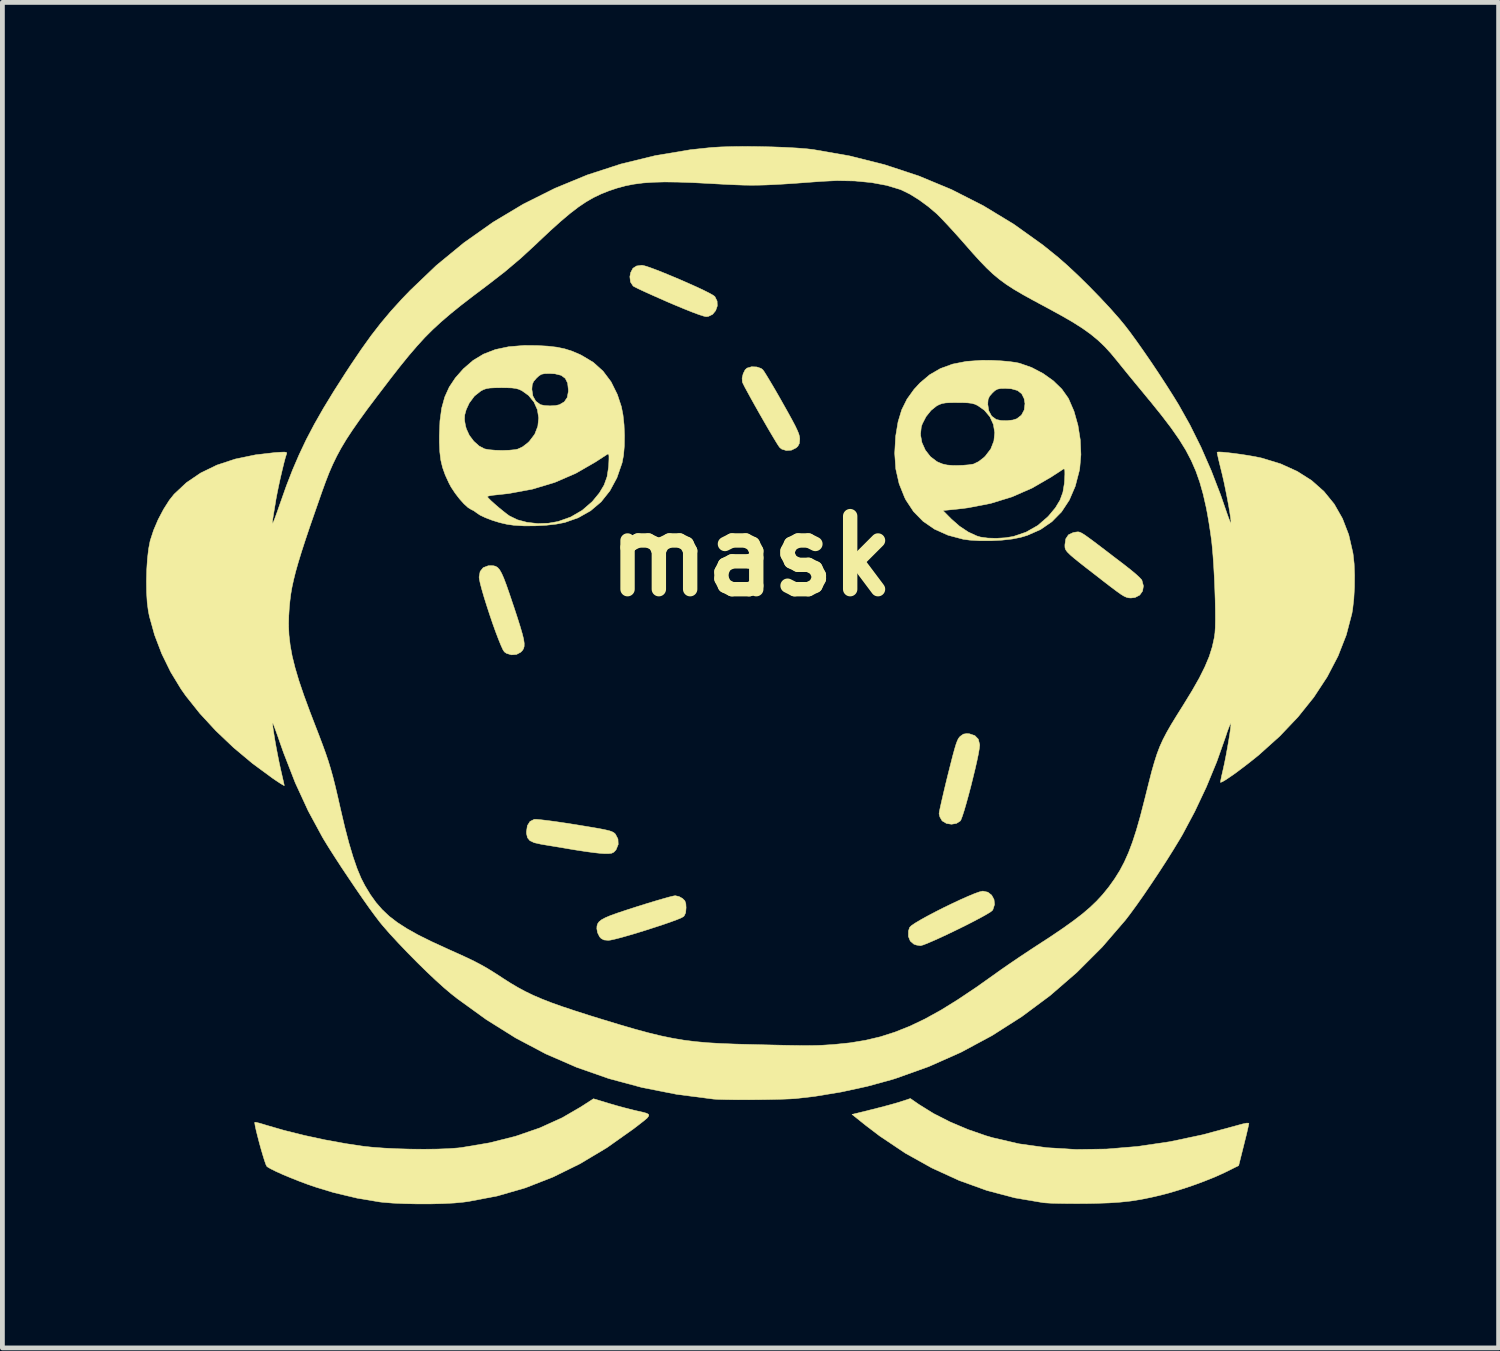
<source format=kicad_pcb>
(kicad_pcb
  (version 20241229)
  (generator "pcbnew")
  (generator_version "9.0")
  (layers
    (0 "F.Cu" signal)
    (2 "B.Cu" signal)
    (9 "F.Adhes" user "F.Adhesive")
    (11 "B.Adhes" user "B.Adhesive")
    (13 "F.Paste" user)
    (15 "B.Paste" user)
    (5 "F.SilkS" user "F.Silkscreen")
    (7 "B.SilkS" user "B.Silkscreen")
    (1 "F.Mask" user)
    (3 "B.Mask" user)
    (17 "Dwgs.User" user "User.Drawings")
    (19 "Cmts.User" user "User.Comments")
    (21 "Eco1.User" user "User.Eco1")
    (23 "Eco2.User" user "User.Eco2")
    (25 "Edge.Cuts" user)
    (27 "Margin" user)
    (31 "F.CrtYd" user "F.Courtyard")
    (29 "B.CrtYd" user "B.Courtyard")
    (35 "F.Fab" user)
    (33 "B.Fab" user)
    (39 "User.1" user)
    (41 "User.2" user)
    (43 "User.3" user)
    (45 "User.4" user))
  (footprint "mask"
    (layer "F.Cu")
    (at 12.618 8.552)
    (property "Reference" "mask" (at 0 0 0) (layer "F.SilkS") (effects (font (size 1.524 1.524) (thickness 0.3))))
    (attr through_hole)
    (fp_poly (pts (xy -2.219 -6.056) (xy -2.121 -6.025) (xy -1.991 -5.977) (xy -1.836 -5.916) (xy -1.666 -5.846) (xy -1.488 -5.771) (xy -1.312 -5.694) (xy -1.146 -5.62) (xy -0.998 -5.551) (xy -0.878 -5.491) (xy -0.794 -5.444) (xy -0.755 -5.416) (xy -0.708 -5.321) (xy -0.704 -5.219) (xy -0.738 -5.122) (xy -0.802 -5.044) (xy -0.891 -5.001) (xy -0.937 -4.996) (xy -0.991 -5.008) (xy -1.09 -5.04) (xy -1.227 -5.091) (xy -1.397 -5.159) (xy -1.592 -5.24) (xy -1.722 -5.295) (xy -1.908 -5.377) (xy -2.079 -5.453) (xy -2.227 -5.52) (xy -2.345 -5.575) (xy -2.425 -5.615) (xy -2.46 -5.635) (xy -2.515 -5.719) (xy -2.528 -5.829) (xy -2.511 -5.916) (xy -2.464 -6.005) (xy -2.39 -6.053) (xy -2.278 -6.068) (xy -2.274 -6.068) (xy -2.219 -6.056)) (stroke (width 0.01) (type solid)) (fill yes) (layer "F.SilkS"))
    (fp_poly (pts (xy 4.941 7.011) (xy 5.02 7.073) (xy 5.069 7.163) (xy 5.08 7.267) (xy 5.047 7.371) (xy 5.034 7.392) (xy 4.995 7.423) (xy 4.913 7.473) (xy 4.796 7.538) (xy 4.653 7.614) (xy 4.491 7.697) (xy 4.319 7.782) (xy 4.145 7.866) (xy 3.977 7.945) (xy 3.825 8.014) (xy 3.695 8.07) (xy 3.597 8.109) (xy 3.538 8.126) (xy 3.532 8.126) (xy 3.449 8.113) (xy 3.397 8.095) (xy 3.322 8.03) (xy 3.283 7.934) (xy 3.284 7.821) (xy 3.308 7.746) (xy 3.344 7.71) (xy 3.423 7.656) (xy 3.539 7.587) (xy 3.681 7.508) (xy 3.843 7.423) (xy 4.016 7.335) (xy 4.192 7.25) (xy 4.362 7.17) (xy 4.52 7.1) (xy 4.656 7.043) (xy 4.762 7.005) (xy 4.83 6.989) (xy 4.836 6.988) (xy 4.941 7.011)) (stroke (width 0.01) (type solid)) (fill yes) (layer "F.SilkS"))
    (fp_poly (pts (xy -5.377 0.2) (xy -5.329 0.212) (xy -5.286 0.238) (xy -5.245 0.285) (xy -5.204 0.357) (xy -5.158 0.46) (xy -5.105 0.6) (xy -5.042 0.781) (xy -4.965 1.01) (xy -4.951 1.05) (xy -4.874 1.285) (xy -4.815 1.473) (xy -4.772 1.62) (xy -4.744 1.733) (xy -4.732 1.818) (xy -4.733 1.882) (xy -4.746 1.93) (xy -4.771 1.97) (xy -4.806 2.005) (xy -4.893 2.051) (xy -4.998 2.059) (xy -5.1 2.029) (xy -5.146 1.997) (xy -5.176 1.951) (xy -5.218 1.859) (xy -5.27 1.731) (xy -5.329 1.576) (xy -5.391 1.403) (xy -5.453 1.22) (xy -5.513 1.036) (xy -5.568 0.861) (xy -5.614 0.703) (xy -5.649 0.571) (xy -5.669 0.474) (xy -5.673 0.435) (xy -5.651 0.319) (xy -5.587 0.24) (xy -5.484 0.201) (xy -5.433 0.198) (xy -5.377 0.2)) (stroke (width 0.01) (type solid)) (fill yes) (layer "F.SilkS"))
    (fp_poly (pts (xy -1.503 7.101) (xy -1.429 7.142) (xy -1.381 7.19) (xy -1.36 7.25) (xy -1.355 7.335) (xy -1.364 7.439) (xy -1.395 7.505) (xy -1.41 7.52) (xy -1.456 7.546) (xy -1.548 7.584) (xy -1.676 7.631) (xy -1.831 7.685) (xy -2.005 7.742) (xy -2.188 7.801) (xy -2.372 7.858) (xy -2.547 7.91) (xy -2.705 7.955) (xy -2.837 7.989) (xy -2.933 8.01) (xy -2.978 8.015) (xy -3.068 8.007) (xy -3.127 7.976) (xy -3.159 7.941) (xy -3.201 7.857) (xy -3.217 7.773) (xy -3.214 7.717) (xy -3.2 7.67) (xy -3.17 7.627) (xy -3.119 7.586) (xy -3.041 7.544) (xy -2.93 7.497) (xy -2.782 7.444) (xy -2.589 7.38) (xy -2.375 7.311) (xy -2.18 7.25) (xy -1.999 7.195) (xy -1.841 7.149) (xy -1.713 7.113) (xy -1.623 7.091) (xy -1.581 7.084) (xy -1.503 7.101)) (stroke (width 0.01) (type solid)) (fill yes) (layer "F.SilkS"))
    (fp_poly (pts (xy 0.117 -3.947) (xy 0.21 -3.916) (xy 0.246 -3.888) (xy 0.276 -3.846) (xy 0.328 -3.763) (xy 0.399 -3.645) (xy 0.485 -3.5) (xy 0.58 -3.336) (xy 0.66 -3.194) (xy 0.772 -2.995) (xy 0.858 -2.838) (xy 0.922 -2.717) (xy 0.966 -2.624) (xy 0.995 -2.554) (xy 1.01 -2.499) (xy 1.016 -2.453) (xy 1.016 -2.441) (xy 1.008 -2.352) (xy 0.977 -2.293) (xy 0.942 -2.26) (xy 0.844 -2.211) (xy 0.737 -2.203) (xy 0.64 -2.233) (xy 0.6 -2.265) (xy 0.57 -2.306) (xy 0.518 -2.389) (xy 0.449 -2.504) (xy 0.366 -2.644) (xy 0.276 -2.8) (xy 0.182 -2.964) (xy 0.09 -3.127) (xy 0.004 -3.281) (xy -0.071 -3.418) (xy -0.131 -3.528) (xy -0.169 -3.605) (xy -0.181 -3.634) (xy -0.186 -3.714) (xy -0.164 -3.806) (xy -0.124 -3.886) (xy -0.084 -3.923) (xy 0.011 -3.951) (xy 0.117 -3.947)) (stroke (width 0.01) (type solid)) (fill yes) (layer "F.SilkS"))
    (fp_poly (pts (xy 4.556 3.706) (xy 4.669 3.744) (xy 4.741 3.818) (xy 4.769 3.929) (xy 4.77 3.946) (xy 4.762 4.016) (xy 4.743 4.128) (xy 4.713 4.272) (xy 4.675 4.439) (xy 4.631 4.62) (xy 4.585 4.806) (xy 4.537 4.988) (xy 4.49 5.158) (xy 4.447 5.306) (xy 4.409 5.423) (xy 4.38 5.499) (xy 4.366 5.524) (xy 4.285 5.576) (xy 4.182 5.593) (xy 4.078 5.577) (xy 3.995 5.528) (xy 3.981 5.514) (xy 3.94 5.442) (xy 3.923 5.374) (xy 3.923 5.374) (xy 3.929 5.329) (xy 3.948 5.238) (xy 3.977 5.109) (xy 4.014 4.948) (xy 4.058 4.763) (xy 4.106 4.566) (xy 4.163 4.341) (xy 4.208 4.164) (xy 4.245 4.029) (xy 4.275 3.929) (xy 4.301 3.858) (xy 4.324 3.809) (xy 4.348 3.776) (xy 4.366 3.758) (xy 4.43 3.713) (xy 4.5 3.702) (xy 4.556 3.706)) (stroke (width 0.01) (type solid)) (fill yes) (layer "F.SilkS"))
    (fp_poly (pts (xy -4.475 5.491) (xy -4.38 5.5) (xy -4.245 5.516) (xy -4.079 5.538) (xy -3.889 5.566) (xy -3.683 5.598) (xy -3.669 5.6) (xy -3.439 5.638) (xy -3.259 5.668) (xy -3.121 5.693) (xy -3.02 5.714) (xy -2.947 5.732) (xy -2.898 5.75) (xy -2.864 5.768) (xy -2.84 5.788) (xy -2.829 5.8) (xy -2.776 5.901) (xy -2.771 6.014) (xy -2.814 6.121) (xy -2.824 6.135) (xy -2.863 6.176) (xy -2.908 6.198) (xy -2.977 6.206) (xy -3.057 6.206) (xy -3.145 6.2) (xy -3.274 6.186) (xy -3.431 6.165) (xy -3.602 6.139) (xy -3.711 6.122) (xy -3.886 6.092) (xy -4.058 6.063) (xy -4.212 6.038) (xy -4.333 6.018) (xy -4.385 6.009) (xy -4.523 5.978) (xy -4.613 5.936) (xy -4.664 5.874) (xy -4.684 5.786) (xy -4.685 5.75) (xy -4.666 5.622) (xy -4.611 5.535) (xy -4.523 5.491) (xy -4.475 5.491)) (stroke (width 0.01) (type solid)) (fill yes) (layer "F.SilkS"))
    (fp_poly (pts (xy 6.836 -0.505) (xy 6.864 -0.497) (xy 6.901 -0.479) (xy 6.952 -0.448) (xy 7.02 -0.4) (xy 7.111 -0.334) (xy 7.229 -0.245) (xy 7.378 -0.132) (xy 7.563 0.01) (xy 7.789 0.182) (xy 7.809 0.198) (xy 7.926 0.29) (xy 8.028 0.375) (xy 8.105 0.446) (xy 8.149 0.494) (xy 8.154 0.502) (xy 8.186 0.622) (xy 8.168 0.729) (xy 8.108 0.813) (xy 8.011 0.863) (xy 7.925 0.873) (xy 7.879 0.87) (xy 7.834 0.859) (xy 7.782 0.836) (xy 7.715 0.795) (xy 7.627 0.732) (xy 7.508 0.643) (xy 7.366 0.534) (xy 7.154 0.369) (xy 6.982 0.236) (xy 6.846 0.129) (xy 6.741 0.044) (xy 6.665 -0.021) (xy 6.612 -0.072) (xy 6.578 -0.112) (xy 6.558 -0.146) (xy 6.55 -0.176) (xy 6.548 -0.208) (xy 6.548 -0.237) (xy 6.566 -0.361) (xy 6.622 -0.445) (xy 6.719 -0.491) (xy 6.761 -0.499) (xy 6.789 -0.503) (xy 6.812 -0.506) (xy 6.836 -0.505)) (stroke (width 0.01) (type solid)) (fill yes) (layer "F.SilkS"))
    (fp_poly (pts (xy 3.503 11.439) (xy 3.805 11.627) (xy 4.149 11.802) (xy 4.521 11.96) (xy 4.908 12.094) (xy 5.038 12.132) (xy 5.59 12.26) (xy 6.172 12.341) (xy 6.781 12.378) (xy 7.414 12.369) (xy 8.067 12.315) (xy 8.738 12.216) (xy 9.423 12.071) (xy 10.111 11.885) (xy 10.249 11.847) (xy 10.34 11.828) (xy 10.383 11.83) (xy 10.386 11.835) (xy 10.379 11.872) (xy 10.361 11.954) (xy 10.334 12.07) (xy 10.299 12.21) (xy 10.279 12.291) (xy 10.173 12.714) (xy 9.877 12.861) (xy 9.683 12.949) (xy 9.451 13.042) (xy 9.197 13.135) (xy 8.939 13.22) (xy 8.693 13.293) (xy 8.588 13.32) (xy 8.348 13.377) (xy 8.13 13.421) (xy 7.92 13.454) (xy 7.705 13.477) (xy 7.47 13.493) (xy 7.201 13.502) (xy 6.999 13.506) (xy 6.793 13.507) (xy 6.593 13.506) (xy 6.41 13.503) (xy 6.255 13.499) (xy 6.139 13.492) (xy 6.096 13.488) (xy 5.506 13.388) (xy 4.919 13.233) (xy 4.34 13.024) (xy 3.772 12.764) (xy 3.218 12.455) (xy 2.684 12.097) (xy 2.396 11.878) (xy 2.107 11.647) (xy 2.529 11.543) (xy 2.694 11.501) (xy 2.857 11.458) (xy 3.001 11.418) (xy 3.112 11.385) (xy 3.138 11.376) (xy 3.324 11.315) (xy 3.503 11.439)) (stroke (width 0.01) (type solid)) (fill yes) (layer "F.SilkS"))
    (fp_poly (pts (xy -2.976 11.414) (xy -2.812 11.462) (xy -2.628 11.512) (xy -2.455 11.556) (xy -2.378 11.574) (xy -2.261 11.6) (xy -2.181 11.622) (xy -2.138 11.645) (xy -2.133 11.676) (xy -2.167 11.722) (xy -2.243 11.786) (xy -2.36 11.877) (xy -2.454 11.949) (xy -3.006 12.34) (xy -3.566 12.675) (xy -4.133 12.954) (xy -4.709 13.179) (xy -5.293 13.348) (xy -5.886 13.461) (xy -5.992 13.476) (xy -6.188 13.495) (xy -6.425 13.507) (xy -6.688 13.514) (xy -6.961 13.514) (xy -7.23 13.508) (xy -7.478 13.497) (xy -7.692 13.479) (xy -7.745 13.473) (xy -8.221 13.393) (xy -8.711 13.276) (xy -9.073 13.166) (xy -9.246 13.107) (xy -9.425 13.04) (xy -9.601 12.97) (xy -9.765 12.902) (xy -9.907 12.838) (xy -10.018 12.783) (xy -10.088 12.742) (xy -10.102 12.73) (xy -10.121 12.692) (xy -10.149 12.613) (xy -10.183 12.503) (xy -10.221 12.374) (xy -10.259 12.237) (xy -10.294 12.102) (xy -10.324 11.981) (xy -10.345 11.885) (xy -10.354 11.825) (xy -10.352 11.81) (xy -10.322 11.813) (xy -10.252 11.83) (xy -10.154 11.859) (xy -10.116 11.871) (xy -9.743 11.979) (xy -9.331 12.082) (xy -8.896 12.176) (xy -8.455 12.256) (xy -8.1 12.31) (xy -7.892 12.332) (xy -7.647 12.35) (xy -7.378 12.363) (xy -7.098 12.371) (xy -6.818 12.373) (xy -6.552 12.37) (xy -6.311 12.361) (xy -6.109 12.346) (xy -6.04 12.338) (xy -5.458 12.24) (xy -4.913 12.103) (xy -4.406 11.928) (xy -3.939 11.716) (xy -3.55 11.49) (xy -3.287 11.32) (xy -2.976 11.414)) (stroke (width 0.01) (type solid)) (fill yes) (layer "F.SilkS"))
    (fp_poly (pts (xy 5.038 -4.084) (xy 5.221 -4.074) (xy 5.388 -4.059) (xy 5.526 -4.04) (xy 5.602 -4.024) (xy 5.855 -3.935) (xy 6.093 -3.81) (xy 6.306 -3.658) (xy 6.484 -3.485) (xy 6.616 -3.299) (xy 6.626 -3.281) (xy 6.738 -3.022) (xy 6.82 -2.73) (xy 6.869 -2.423) (xy 6.882 -2.117) (xy 6.857 -1.829) (xy 6.85 -1.788) (xy 6.764 -1.458) (xy 6.64 -1.17) (xy 6.478 -0.924) (xy 6.277 -0.719) (xy 6.039 -0.555) (xy 5.762 -0.433) (xy 5.625 -0.392) (xy 5.448 -0.357) (xy 5.234 -0.333) (xy 5.003 -0.321) (xy 4.772 -0.321) (xy 4.561 -0.334) (xy 4.424 -0.353) (xy 4.108 -0.437) (xy 3.829 -0.562) (xy 3.589 -0.727) (xy 3.389 -0.931) (xy 3.376 -0.951) (xy 4.004 -0.951) (xy 4.18 -0.773) (xy 4.35 -0.624) (xy 4.532 -0.503) (xy 4.71 -0.421) (xy 4.787 -0.398) (xy 4.938 -0.377) (xy 5.118 -0.372) (xy 5.304 -0.383) (xy 5.47 -0.41) (xy 5.472 -0.41) (xy 5.738 -0.501) (xy 5.981 -0.639) (xy 6.191 -0.821) (xy 6.21 -0.841) (xy 6.35 -1.009) (xy 6.446 -1.168) (xy 6.506 -1.333) (xy 6.537 -1.519) (xy 6.542 -1.591) (xy 6.547 -1.711) (xy 6.546 -1.783) (xy 6.538 -1.817) (xy 6.521 -1.82) (xy 6.516 -1.817) (xy 6.476 -1.791) (xy 6.402 -1.742) (xy 6.307 -1.681) (xy 6.265 -1.653) (xy 5.865 -1.421) (xy 5.445 -1.237) (xy 4.999 -1.1) (xy 4.524 -1.008) (xy 4.311 -0.982) (xy 4.004 -0.951) (xy 3.376 -0.951) (xy 3.229 -1.174) (xy 3.205 -1.222) (xy 3.089 -1.512) (xy 3.02 -1.818) (xy 2.997 -2.146) (xy 3.017 -2.503) (xy 3.018 -2.51) (xy 3.023 -2.536) (xy 3.535 -2.536) (xy 3.565 -2.37) (xy 3.636 -2.212) (xy 3.742 -2.076) (xy 3.875 -1.974) (xy 3.905 -1.959) (xy 3.997 -1.922) (xy 4.09 -1.901) (xy 4.205 -1.892) (xy 4.29 -1.891) (xy 4.417 -1.895) (xy 4.538 -1.905) (xy 4.629 -1.919) (xy 4.643 -1.922) (xy 4.745 -1.971) (xy 4.857 -2.057) (xy 4.886 -2.085) (xy 5.001 -2.235) (xy 5.066 -2.402) (xy 5.084 -2.576) (xy 5.056 -2.747) (xy 4.984 -2.906) (xy 4.868 -3.044) (xy 4.73 -3.141) (xy 4.674 -3.168) (xy 4.939 -3.168) (xy 4.96 -3.03) (xy 5.02 -2.921) (xy 5.114 -2.852) (xy 5.119 -2.85) (xy 5.217 -2.829) (xy 5.34 -2.826) (xy 5.462 -2.84) (xy 5.544 -2.866) (xy 5.641 -2.941) (xy 5.699 -3.05) (xy 5.715 -3.182) (xy 5.698 -3.284) (xy 5.647 -3.387) (xy 5.558 -3.456) (xy 5.428 -3.492) (xy 5.31 -3.499) (xy 5.208 -3.497) (xy 5.142 -3.484) (xy 5.09 -3.455) (xy 5.035 -3.404) (xy 4.975 -3.335) (xy 4.946 -3.27) (xy 4.939 -3.181) (xy 4.939 -3.168) (xy 4.674 -3.168) (xy 4.669 -3.17) (xy 4.604 -3.188) (xy 4.521 -3.198) (xy 4.405 -3.203) (xy 4.304 -3.203) (xy 4.162 -3.202) (xy 4.062 -3.197) (xy 3.99 -3.185) (xy 3.931 -3.164) (xy 3.872 -3.134) (xy 3.755 -3.04) (xy 3.65 -2.909) (xy 3.573 -2.759) (xy 3.552 -2.697) (xy 3.535 -2.536) (xy 3.023 -2.536) (xy 3.067 -2.801) (xy 3.143 -3.052) (xy 3.253 -3.274) (xy 3.401 -3.48) (xy 3.526 -3.615) (xy 3.725 -3.783) (xy 3.949 -3.913) (xy 4.204 -4.006) (xy 4.494 -4.063) (xy 4.822 -4.086) (xy 5.038 -4.084)) (stroke (width 0.01) (type solid)) (fill yes) (layer "F.SilkS"))
    (fp_poly (pts (xy -4.473 -4.394) (xy -4.241 -4.381) (xy -4.05 -4.359) (xy -3.884 -4.324) (xy -3.728 -4.274) (xy -3.567 -4.205) (xy -3.534 -4.188) (xy -3.29 -4.042) (xy -3.087 -3.859) (xy -2.92 -3.637) (xy -2.789 -3.373) (xy -2.705 -3.119) (xy -2.671 -2.945) (xy -2.649 -2.739) (xy -2.64 -2.519) (xy -2.643 -2.301) (xy -2.66 -2.103) (xy -2.69 -1.947) (xy -2.798 -1.634) (xy -2.945 -1.362) (xy -3.128 -1.132) (xy -3.349 -0.945) (xy -3.607 -0.8) (xy -3.886 -0.702) (xy -4.062 -0.668) (xy -4.275 -0.644) (xy -4.506 -0.632) (xy -4.736 -0.631) (xy -4.947 -0.644) (xy -5.085 -0.663) (xy -5.241 -0.699) (xy -5.397 -0.747) (xy -5.539 -0.801) (xy -5.653 -0.855) (xy -5.721 -0.901) (xy -5.786 -0.948) (xy -5.834 -0.971) (xy -5.902 -1.012) (xy -5.988 -1.09) (xy -6.082 -1.195) (xy -6.119 -1.243) (xy -5.503 -1.243) (xy -5.483 -1.215) (xy -5.429 -1.16) (xy -5.351 -1.09) (xy -5.261 -1.012) (xy -5.169 -0.937) (xy -5.086 -0.872) (xy -5.038 -0.838) (xy -4.873 -0.758) (xy -4.673 -0.705) (xy -4.452 -0.68) (xy -4.227 -0.687) (xy -4.026 -0.722) (xy -3.762 -0.816) (xy -3.523 -0.955) (xy -3.32 -1.131) (xy -3.306 -1.145) (xy -3.163 -1.319) (xy -3.065 -1.484) (xy -3.003 -1.657) (xy -2.973 -1.853) (xy -2.969 -1.901) (xy -2.964 -2.021) (xy -2.964 -2.093) (xy -2.972 -2.127) (xy -2.988 -2.131) (xy -2.994 -2.127) (xy -3.035 -2.101) (xy -3.109 -2.053) (xy -3.204 -1.991) (xy -3.246 -1.964) (xy -3.659 -1.726) (xy -4.097 -1.537) (xy -4.563 -1.397) (xy -5.056 -1.306) (xy -5.285 -1.281) (xy -5.388 -1.27) (xy -5.464 -1.257) (xy -5.502 -1.245) (xy -5.503 -1.243) (xy -6.119 -1.243) (xy -6.175 -1.316) (xy -6.257 -1.44) (xy -6.302 -1.524) (xy -6.38 -1.694) (xy -6.435 -1.848) (xy -6.472 -2.003) (xy -6.493 -2.174) (xy -6.502 -2.376) (xy -6.502 -2.512) (xy -6.49 -2.821) (xy -6.487 -2.841) (xy -5.978 -2.841) (xy -5.957 -2.721) (xy -5.939 -2.655) (xy -5.878 -2.522) (xy -5.784 -2.397) (xy -5.672 -2.297) (xy -5.559 -2.238) (xy -5.464 -2.22) (xy -5.333 -2.209) (xy -5.185 -2.205) (xy -5.041 -2.21) (xy -4.919 -2.222) (xy -4.868 -2.233) (xy -4.765 -2.281) (xy -4.654 -2.367) (xy -4.625 -2.395) (xy -4.512 -2.544) (xy -4.448 -2.71) (xy -4.43 -2.883) (xy -4.457 -3.055) (xy -4.528 -3.214) (xy -4.641 -3.352) (xy -4.779 -3.451) (xy -4.837 -3.478) (xy -4.572 -3.478) (xy -4.551 -3.34) (xy -4.49 -3.232) (xy -4.397 -3.163) (xy -4.392 -3.16) (xy -4.308 -3.142) (xy -4.195 -3.135) (xy -4.083 -3.141) (xy -3.998 -3.159) (xy -3.896 -3.219) (xy -3.835 -3.308) (xy -3.811 -3.434) (xy -3.811 -3.47) (xy -3.826 -3.609) (xy -3.875 -3.708) (xy -3.961 -3.772) (xy -4.091 -3.804) (xy -4.206 -3.81) (xy -4.307 -3.807) (xy -4.372 -3.794) (xy -4.425 -3.761) (xy -4.476 -3.714) (xy -4.536 -3.645) (xy -4.564 -3.581) (xy -4.572 -3.492) (xy -4.572 -3.478) (xy -4.837 -3.478) (xy -4.841 -3.48) (xy -4.905 -3.498) (xy -4.988 -3.509) (xy -5.102 -3.513) (xy -5.207 -3.514) (xy -5.349 -3.512) (xy -5.449 -3.507) (xy -5.521 -3.495) (xy -5.58 -3.475) (xy -5.637 -3.445) (xy -5.77 -3.34) (xy -5.879 -3.193) (xy -5.942 -3.057) (xy -5.973 -2.945) (xy -5.978 -2.841) (xy -6.487 -2.841) (xy -6.454 -3.087) (xy -6.39 -3.319) (xy -6.296 -3.527) (xy -6.168 -3.719) (xy -6.003 -3.906) (xy -5.998 -3.911) (xy -5.8 -4.082) (xy -5.58 -4.215) (xy -5.334 -4.31) (xy -5.055 -4.369) (xy -4.738 -4.395) (xy -4.473 -4.394)) (stroke (width 0.01) (type solid)) (fill yes) (layer "F.SilkS"))
    (fp_poly (pts (xy 0.155 -8.544) (xy 0.436 -8.538) (xy 0.707 -8.528) (xy 0.956 -8.514) (xy 1.17 -8.497) (xy 1.298 -8.482) (xy 2.054 -8.35) (xy 2.787 -8.166) (xy 3.497 -7.932) (xy 4.183 -7.647) (xy 4.844 -7.311) (xy 5.479 -6.926) (xy 6.086 -6.492) (xy 6.406 -6.234) (xy 6.602 -6.062) (xy 6.82 -5.858) (xy 7.048 -5.634) (xy 7.275 -5.401) (xy 7.49 -5.171) (xy 7.68 -4.956) (xy 7.799 -4.812) (xy 7.911 -4.666) (xy 8.045 -4.482) (xy 8.195 -4.269) (xy 8.354 -4.038) (xy 8.515 -3.797) (xy 8.671 -3.557) (xy 8.816 -3.328) (xy 8.918 -3.162) (xy 9.156 -2.738) (xy 9.387 -2.273) (xy 9.602 -1.781) (xy 9.796 -1.278) (xy 9.883 -1.026) (xy 9.927 -0.898) (xy 9.965 -0.792) (xy 9.994 -0.719) (xy 10.009 -0.688) (xy 10.011 -0.688) (xy 10.013 -0.722) (xy 10.004 -0.801) (xy 9.987 -0.916) (xy 9.963 -1.058) (xy 9.933 -1.217) (xy 9.9 -1.384) (xy 9.866 -1.548) (xy 9.831 -1.701) (xy 9.812 -1.778) (xy 9.778 -1.916) (xy 9.75 -2.033) (xy 9.731 -2.119) (xy 9.723 -2.164) (xy 9.724 -2.168) (xy 9.758 -2.173) (xy 9.837 -2.169) (xy 9.949 -2.158) (xy 10.084 -2.142) (xy 10.231 -2.122) (xy 10.378 -2.099) (xy 10.516 -2.075) (xy 10.632 -2.051) (xy 10.662 -2.044) (xy 11.05 -1.925) (xy 11.394 -1.769) (xy 11.695 -1.578) (xy 11.952 -1.35) (xy 12.167 -1.086) (xy 12.339 -0.784) (xy 12.469 -0.447) (xy 12.555 -0.072) (xy 12.56 -0.042) (xy 12.582 0.159) (xy 12.591 0.395) (xy 12.589 0.646) (xy 12.575 0.891) (xy 12.55 1.111) (xy 12.535 1.199) (xy 12.418 1.645) (xy 12.246 2.085) (xy 12.02 2.518) (xy 11.742 2.942) (xy 11.411 3.355) (xy 11.03 3.756) (xy 10.599 4.143) (xy 10.547 4.186) (xy 10.403 4.301) (xy 10.26 4.411) (xy 10.126 4.512) (xy 10.005 4.597) (xy 9.906 4.664) (xy 9.834 4.706) (xy 9.797 4.72) (xy 9.793 4.717) (xy 9.799 4.677) (xy 9.815 4.597) (xy 9.839 4.492) (xy 9.848 4.453) (xy 9.877 4.321) (xy 9.907 4.171) (xy 9.936 4.013) (xy 9.963 3.859) (xy 9.986 3.719) (xy 10.002 3.603) (xy 10.011 3.522) (xy 10.011 3.489) (xy 9.999 3.502) (xy 9.974 3.559) (xy 9.939 3.651) (xy 9.9 3.769) (xy 9.716 4.289) (xy 9.499 4.815) (xy 9.257 5.328) (xy 9.001 5.808) (xy 8.944 5.905) (xy 8.814 6.119) (xy 8.668 6.352) (xy 8.51 6.596) (xy 8.348 6.839) (xy 8.189 7.073) (xy 8.039 7.286) (xy 7.905 7.469) (xy 7.811 7.592) (xy 7.324 8.157) (xy 6.799 8.682) (xy 6.239 9.167) (xy 5.647 9.607) (xy 5.026 10.003) (xy 4.378 10.351) (xy 3.707 10.649) (xy 3.016 10.896) (xy 2.949 10.917) (xy 2.424 11.061) (xy 1.876 11.18) (xy 1.329 11.27) (xy 0.931 11.316) (xy 0.818 11.323) (xy 0.664 11.329) (xy 0.478 11.334) (xy 0.271 11.338) (xy 0.055 11.34) (xy -0.159 11.341) (xy -0.361 11.34) (xy -0.54 11.337) (xy -0.685 11.333) (xy -0.785 11.327) (xy -0.79 11.326) (xy -1.549 11.228) (xy -2.274 11.085) (xy -2.969 10.898) (xy -3.638 10.664) (xy -4.284 10.383) (xy -4.911 10.051) (xy -5.523 9.668) (xy -6.125 9.233) (xy -6.251 9.134) (xy -6.398 9.01) (xy -6.572 8.853) (xy -6.765 8.671) (xy -6.967 8.473) (xy -7.168 8.269) (xy -7.361 8.067) (xy -7.536 7.878) (xy -7.683 7.709) (xy -7.745 7.634) (xy -7.84 7.509) (xy -7.96 7.346) (xy -8.096 7.153) (xy -8.243 6.94) (xy -8.394 6.716) (xy -8.544 6.492) (xy -8.685 6.275) (xy -8.812 6.076) (xy -8.918 5.903) (xy -8.943 5.86) (xy -9.237 5.317) (xy -9.509 4.727) (xy -9.754 4.097) (xy -9.823 3.901) (xy -9.873 3.756) (xy -9.917 3.634) (xy -9.951 3.542) (xy -9.973 3.489) (xy -9.98 3.479) (xy -9.981 3.511) (xy -9.972 3.589) (xy -9.955 3.701) (xy -9.933 3.838) (xy -9.906 3.99) (xy -9.876 4.146) (xy -9.846 4.297) (xy -9.817 4.432) (xy -9.807 4.476) (xy -9.779 4.598) (xy -9.756 4.699) (xy -9.741 4.766) (xy -9.737 4.788) (xy -9.758 4.778) (xy -9.817 4.743) (xy -9.902 4.687) (xy -9.984 4.631) (xy -10.399 4.326) (xy -10.797 3.993) (xy -11.167 3.641) (xy -11.501 3.279) (xy -11.792 2.914) (xy -11.893 2.77) (xy -12.108 2.416) (xy -12.294 2.036) (xy -12.444 1.643) (xy -12.501 1.437) (xy -9.648 1.437) (xy -9.639 1.646) (xy -9.614 1.859) (xy -9.573 2.085) (xy -9.512 2.33) (xy -9.432 2.6) (xy -9.329 2.903) (xy -9.203 3.245) (xy -9.119 3.464) (xy -9.021 3.717) (xy -8.941 3.929) (xy -8.874 4.113) (xy -8.818 4.279) (xy -8.769 4.441) (xy -8.722 4.609) (xy -8.675 4.795) (xy -8.624 5.012) (xy -8.568 5.259) (xy -8.477 5.648) (xy -8.389 5.985) (xy -8.303 6.273) (xy -8.219 6.517) (xy -8.134 6.721) (xy -8.055 6.874) (xy -7.942 7.061) (xy -7.823 7.227) (xy -7.693 7.376) (xy -7.547 7.514) (xy -7.377 7.644) (xy -7.178 7.772) (xy -6.944 7.903) (xy -6.668 8.04) (xy -6.345 8.188) (xy -6.322 8.199) (xy -6.101 8.298) (xy -5.922 8.38) (xy -5.773 8.452) (xy -5.643 8.52) (xy -5.522 8.588) (xy -5.397 8.664) (xy -5.259 8.752) (xy -5.179 8.805) (xy -5.019 8.907) (xy -4.865 8.998) (xy -4.709 9.082) (xy -4.544 9.162) (xy -4.364 9.239) (xy -4.162 9.318) (xy -3.931 9.4) (xy -3.663 9.489) (xy -3.353 9.588) (xy -3.104 9.665) (xy -2.742 9.775) (xy -2.423 9.868) (xy -2.139 9.945) (xy -1.88 10.008) (xy -1.637 10.058) (xy -1.4 10.098) (xy -1.161 10.128) (xy -0.91 10.151) (xy -0.637 10.167) (xy -0.334 10.179) (xy -0.071 10.186) (xy 0.245 10.194) (xy 0.511 10.2) (xy 0.733 10.205) (xy 0.917 10.208) (xy 1.07 10.21) (xy 1.198 10.21) (xy 1.307 10.209) (xy 1.404 10.207) (xy 1.495 10.203) (xy 1.585 10.197) (xy 1.683 10.191) (xy 1.736 10.187) (xy 2.07 10.153) (xy 2.389 10.1) (xy 2.698 10.027) (xy 3.004 9.929) (xy 3.313 9.806) (xy 3.631 9.654) (xy 3.964 9.47) (xy 4.317 9.251) (xy 4.698 8.996) (xy 5.052 8.745) (xy 5.214 8.629) (xy 5.407 8.496) (xy 5.613 8.356) (xy 5.815 8.222) (xy 5.955 8.13) (xy 6.255 7.935) (xy 6.51 7.762) (xy 6.728 7.606) (xy 6.914 7.463) (xy 7.072 7.328) (xy 7.21 7.196) (xy 7.333 7.063) (xy 7.446 6.924) (xy 7.472 6.891) (xy 7.589 6.726) (xy 7.694 6.558) (xy 7.788 6.38) (xy 7.875 6.185) (xy 7.958 5.965) (xy 8.04 5.712) (xy 8.123 5.42) (xy 8.21 5.081) (xy 8.231 4.998) (xy 8.3 4.722) (xy 8.359 4.491) (xy 8.415 4.296) (xy 8.469 4.127) (xy 8.527 3.974) (xy 8.593 3.828) (xy 8.67 3.68) (xy 8.762 3.519) (xy 8.874 3.336) (xy 9.009 3.121) (xy 9.019 3.105) (xy 9.202 2.806) (xy 9.352 2.542) (xy 9.469 2.307) (xy 9.559 2.093) (xy 9.622 1.893) (xy 9.664 1.702) (xy 9.678 1.601) (xy 9.685 1.488) (xy 9.688 1.33) (xy 9.687 1.135) (xy 9.683 0.916) (xy 9.675 0.681) (xy 9.665 0.441) (xy 9.652 0.207) (xy 9.637 -0.012) (xy 9.62 -0.205) (xy 9.609 -0.314) (xy 9.584 -0.495) (xy 9.553 -0.695) (xy 9.52 -0.888) (xy 9.494 -1.022) (xy 9.432 -1.294) (xy 9.362 -1.541) (xy 9.281 -1.772) (xy 9.185 -1.992) (xy 9.07 -2.212) (xy 8.93 -2.438) (xy 8.763 -2.677) (xy 8.563 -2.939) (xy 8.328 -3.231) (xy 8.288 -3.278) (xy 8.152 -3.444) (xy 8.012 -3.613) (xy 7.88 -3.774) (xy 7.763 -3.918) (xy 7.67 -4.033) (xy 7.645 -4.064) (xy 7.509 -4.229) (xy 7.375 -4.375) (xy 7.236 -4.507) (xy 7.084 -4.632) (xy 6.912 -4.755) (xy 6.712 -4.882) (xy 6.476 -5.018) (xy 6.198 -5.17) (xy 6.152 -5.195) (xy 5.889 -5.336) (xy 5.668 -5.458) (xy 5.481 -5.568) (xy 5.321 -5.672) (xy 5.178 -5.777) (xy 5.045 -5.888) (xy 4.914 -6.012) (xy 4.776 -6.155) (xy 4.623 -6.323) (xy 4.484 -6.482) (xy 4.349 -6.635) (xy 4.214 -6.785) (xy 4.087 -6.923) (xy 3.977 -7.039) (xy 3.893 -7.124) (xy 3.874 -7.143) (xy 3.697 -7.293) (xy 3.506 -7.433) (xy 3.315 -7.552) (xy 3.14 -7.638) (xy 3.11 -7.65) (xy 2.833 -7.734) (xy 2.515 -7.793) (xy 2.165 -7.827) (xy 1.794 -7.834) (xy 1.496 -7.82) (xy 1.179 -7.797) (xy 0.91 -7.777) (xy 0.681 -7.762) (xy 0.483 -7.751) (xy 0.309 -7.743) (xy 0.15 -7.739) (xy -0.001 -7.738) (xy -0.154 -7.74) (xy -0.317 -7.746) (xy -0.497 -7.754) (xy -0.703 -7.765) (xy -0.847 -7.773) (xy -1.212 -7.792) (xy -1.529 -7.803) (xy -1.803 -7.806) (xy -2.042 -7.8) (xy -2.254 -7.785) (xy -2.445 -7.76) (xy -2.622 -7.725) (xy -2.792 -7.679) (xy -2.962 -7.622) (xy -2.965 -7.621) (xy -3.128 -7.556) (xy -3.285 -7.481) (xy -3.441 -7.391) (xy -3.603 -7.282) (xy -3.776 -7.149) (xy -3.967 -6.988) (xy -4.182 -6.795) (xy -4.427 -6.565) (xy -4.473 -6.52) (xy -4.804 -6.215) (xy -5.14 -5.931) (xy -5.503 -5.65) (xy -5.795 -5.43) (xy -6.047 -5.236) (xy -6.267 -5.058) (xy -6.462 -4.891) (xy -6.64 -4.727) (xy -6.808 -4.559) (xy -6.972 -4.379) (xy -7.141 -4.182) (xy -7.322 -3.959) (xy -7.522 -3.703) (xy -7.582 -3.624) (xy -7.811 -3.324) (xy -8.009 -3.061) (xy -8.177 -2.829) (xy -8.321 -2.622) (xy -8.445 -2.433) (xy -8.551 -2.256) (xy -8.643 -2.086) (xy -8.726 -1.915) (xy -8.803 -1.738) (xy -8.877 -1.547) (xy -8.953 -1.338) (xy -8.962 -1.312) (xy -9.092 -0.939) (xy -9.205 -0.614) (xy -9.3 -0.331) (xy -9.38 -0.084) (xy -9.446 0.132) (xy -9.5 0.322) (xy -9.542 0.491) (xy -9.576 0.646) (xy -9.601 0.791) (xy -9.619 0.933) (xy -9.633 1.075) (xy -9.642 1.225) (xy -9.643 1.228) (xy -9.648 1.437) (xy -12.501 1.437) (xy -12.552 1.255) (xy -12.574 1.143) (xy -12.597 0.968) (xy -12.61 0.756) (xy -12.613 0.523) (xy -12.607 0.284) (xy -12.592 0.054) (xy -12.568 -0.151) (xy -12.536 -0.317) (xy -12.534 -0.325) (xy -12.464 -0.54) (xy -12.369 -0.763) (xy -12.255 -0.979) (xy -12.134 -1.169) (xy -12.036 -1.292) (xy -11.78 -1.532) (xy -11.483 -1.734) (xy -11.144 -1.899) (xy -10.762 -2.025) (xy -10.339 -2.113) (xy -9.937 -2.16) (xy -9.814 -2.168) (xy -9.738 -2.171) (xy -9.698 -2.166) (xy -9.686 -2.152) (xy -9.691 -2.129) (xy -9.692 -2.127) (xy -9.715 -2.055) (xy -9.745 -1.941) (xy -9.78 -1.797) (xy -9.818 -1.635) (xy -9.854 -1.47) (xy -9.886 -1.313) (xy -9.912 -1.177) (xy -9.917 -1.142) (xy -9.939 -1.011) (xy -9.959 -0.889) (xy -9.974 -0.795) (xy -9.979 -0.762) (xy -9.987 -0.699) (xy -9.983 -0.682) (xy -9.965 -0.712) (xy -9.933 -0.791) (xy -9.886 -0.92) (xy -9.823 -1.102) (xy -9.819 -1.112) (xy -9.694 -1.466) (xy -9.565 -1.798) (xy -9.428 -2.116) (xy -9.279 -2.431) (xy -9.112 -2.749) (xy -8.923 -3.081) (xy -8.708 -3.434) (xy -8.463 -3.817) (xy -8.347 -3.994) (xy -8.129 -4.316) (xy -7.925 -4.601) (xy -7.724 -4.86) (xy -7.516 -5.108) (xy -7.291 -5.356) (xy -7.112 -5.542) (xy -6.567 -6.063) (xy -5.99 -6.537) (xy -5.384 -6.965) (xy -4.751 -7.344) (xy -4.093 -7.673) (xy -3.414 -7.953) (xy -2.713 -8.181) (xy -1.995 -8.356) (xy -1.26 -8.479) (xy -0.824 -8.525) (xy -0.626 -8.537) (xy -0.389 -8.544) (xy -0.125 -8.547) (xy 0.155 -8.544)) (stroke (width 0.01) (type solid)) (fill yes) (layer "F.SilkS")))
  (gr_rect
    (start -3 -3)
    (end 28.214 25.071)
    (stroke (width 0.1) (type default))
    (fill no)
    (layer "Edge.Cuts")))
</source>
